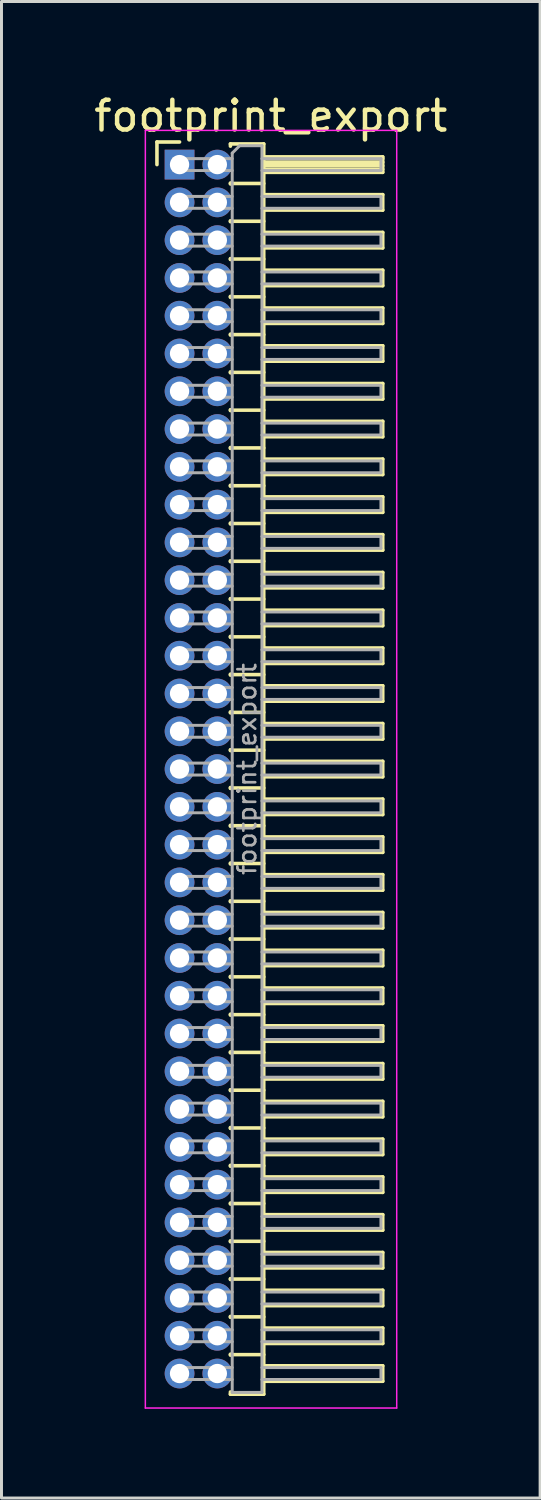
<source format=kicad_pcb>
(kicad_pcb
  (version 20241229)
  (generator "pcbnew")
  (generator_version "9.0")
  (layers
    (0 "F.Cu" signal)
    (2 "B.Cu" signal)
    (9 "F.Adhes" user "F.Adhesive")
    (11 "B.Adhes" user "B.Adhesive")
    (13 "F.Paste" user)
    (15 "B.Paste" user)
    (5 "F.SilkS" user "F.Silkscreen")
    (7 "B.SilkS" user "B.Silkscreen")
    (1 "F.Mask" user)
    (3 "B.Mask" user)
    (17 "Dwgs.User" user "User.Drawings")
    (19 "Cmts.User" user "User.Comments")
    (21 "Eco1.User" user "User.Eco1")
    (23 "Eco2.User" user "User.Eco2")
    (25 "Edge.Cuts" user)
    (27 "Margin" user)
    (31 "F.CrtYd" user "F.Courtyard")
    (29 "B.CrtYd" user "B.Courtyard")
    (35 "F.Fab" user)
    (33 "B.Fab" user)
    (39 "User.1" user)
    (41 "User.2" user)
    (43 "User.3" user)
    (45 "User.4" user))
  (footprint "footprint_export"
    (layer "F.Cu")
    (at 2.986 2.483)
    (property "Reference" "footprint_export" (at 3.067 -1.635 0) (layer "F.SilkS") (effects (font (size 1 1) (thickness 0.15))))
    (attr through_hole)
    (fp_line (start -0.76 -0.76) (end 0 -0.76) (stroke (width 0.12) (type solid)) (layer "F.SilkS"))
    (fp_line (start -0.76 0) (end -0.76 -0.76) (stroke (width 0.12) (type solid)) (layer "F.SilkS"))
    (fp_line (start 1.71 -0.695) (end 2.83 -0.695) (stroke (width 0.12) (type solid)) (layer "F.SilkS"))
    (fp_line (start 1.71 -0.62) (end 1.71 -0.695) (stroke (width 0.12) (type solid)) (layer "F.SilkS"))
    (fp_line (start 1.71 0.62) (end 1.71 0.65) (stroke (width 0.12) (type solid)) (layer "F.SilkS"))
    (fp_line (start 1.71 0.635) (end 2.83 0.635) (stroke (width 0.12) (type solid)) (layer "F.SilkS"))
    (fp_line (start 1.71 1.89) (end 1.71 1.92) (stroke (width 0.12) (type solid)) (layer "F.SilkS"))
    (fp_line (start 1.71 1.905) (end 2.83 1.905) (stroke (width 0.12) (type solid)) (layer "F.SilkS"))
    (fp_line (start 1.71 3.16) (end 1.71 3.19) (stroke (width 0.12) (type solid)) (layer "F.SilkS"))
    (fp_line (start 1.71 3.175) (end 2.83 3.175) (stroke (width 0.12) (type solid)) (layer "F.SilkS"))
    (fp_line (start 1.71 4.43) (end 1.71 4.46) (stroke (width 0.12) (type solid)) (layer "F.SilkS"))
    (fp_line (start 1.71 4.445) (end 2.83 4.445) (stroke (width 0.12) (type solid)) (layer "F.SilkS"))
    (fp_line (start 1.71 5.7) (end 1.71 5.73) (stroke (width 0.12) (type solid)) (layer "F.SilkS"))
    (fp_line (start 1.71 5.715) (end 2.83 5.715) (stroke (width 0.12) (type solid)) (layer "F.SilkS"))
    (fp_line (start 1.71 6.97) (end 1.71 7) (stroke (width 0.12) (type solid)) (layer "F.SilkS"))
    (fp_line (start 1.71 6.985) (end 2.83 6.985) (stroke (width 0.12) (type solid)) (layer "F.SilkS"))
    (fp_line (start 1.71 8.24) (end 1.71 8.27) (stroke (width 0.12) (type solid)) (layer "F.SilkS"))
    (fp_line (start 1.71 8.255) (end 2.83 8.255) (stroke (width 0.12) (type solid)) (layer "F.SilkS"))
    (fp_line (start 1.71 9.51) (end 1.71 9.54) (stroke (width 0.12) (type solid)) (layer "F.SilkS"))
    (fp_line (start 1.71 9.525) (end 2.83 9.525) (stroke (width 0.12) (type solid)) (layer "F.SilkS"))
    (fp_line (start 1.71 10.78) (end 1.71 10.81) (stroke (width 0.12) (type solid)) (layer "F.SilkS"))
    (fp_line (start 1.71 10.795) (end 2.83 10.795) (stroke (width 0.12) (type solid)) (layer "F.SilkS"))
    (fp_line (start 1.71 12.05) (end 1.71 12.08) (stroke (width 0.12) (type solid)) (layer "F.SilkS"))
    (fp_line (start 1.71 12.065) (end 2.83 12.065) (stroke (width 0.12) (type solid)) (layer "F.SilkS"))
    (fp_line (start 1.71 13.32) (end 1.71 13.35) (stroke (width 0.12) (type solid)) (layer "F.SilkS"))
    (fp_line (start 1.71 13.335) (end 2.83 13.335) (stroke (width 0.12) (type solid)) (layer "F.SilkS"))
    (fp_line (start 1.71 14.59) (end 1.71 14.62) (stroke (width 0.12) (type solid)) (layer "F.SilkS"))
    (fp_line (start 1.71 14.605) (end 2.83 14.605) (stroke (width 0.12) (type solid)) (layer "F.SilkS"))
    (fp_line (start 1.71 15.86) (end 1.71 15.89) (stroke (width 0.12) (type solid)) (layer "F.SilkS"))
    (fp_line (start 1.71 15.875) (end 2.83 15.875) (stroke (width 0.12) (type solid)) (layer "F.SilkS"))
    (fp_line (start 1.71 17.13) (end 1.71 17.16) (stroke (width 0.12) (type solid)) (layer "F.SilkS"))
    (fp_line (start 1.71 17.145) (end 2.83 17.145) (stroke (width 0.12) (type solid)) (layer "F.SilkS"))
    (fp_line (start 1.71 18.4) (end 1.71 18.43) (stroke (width 0.12) (type solid)) (layer "F.SilkS"))
    (fp_line (start 1.71 18.415) (end 2.83 18.415) (stroke (width 0.12) (type solid)) (layer "F.SilkS"))
    (fp_line (start 1.71 19.67) (end 1.71 19.7) (stroke (width 0.12) (type solid)) (layer "F.SilkS"))
    (fp_line (start 1.71 19.685) (end 2.83 19.685) (stroke (width 0.12) (type solid)) (layer "F.SilkS"))
    (fp_line (start 1.71 20.94) (end 1.71 20.97) (stroke (width 0.12) (type solid)) (layer "F.SilkS"))
    (fp_line (start 1.71 20.955) (end 2.83 20.955) (stroke (width 0.12) (type solid)) (layer "F.SilkS"))
    (fp_line (start 1.71 22.21) (end 1.71 22.24) (stroke (width 0.12) (type solid)) (layer "F.SilkS"))
    (fp_line (start 1.71 22.225) (end 2.83 22.225) (stroke (width 0.12) (type solid)) (layer "F.SilkS"))
    (fp_line (start 1.71 23.48) (end 1.71 23.51) (stroke (width 0.12) (type solid)) (layer "F.SilkS"))
    (fp_line (start 1.71 23.495) (end 2.83 23.495) (stroke (width 0.12) (type solid)) (layer "F.SilkS"))
    (fp_line (start 1.71 24.75) (end 1.71 24.78) (stroke (width 0.12) (type solid)) (layer "F.SilkS"))
    (fp_line (start 1.71 24.765) (end 2.83 24.765) (stroke (width 0.12) (type solid)) (layer "F.SilkS"))
    (fp_line (start 1.71 26.02) (end 1.71 26.05) (stroke (width 0.12) (type solid)) (layer "F.SilkS"))
    (fp_line (start 1.71 26.035) (end 2.83 26.035) (stroke (width 0.12) (type solid)) (layer "F.SilkS"))
    (fp_line (start 1.71 27.29) (end 1.71 27.32) (stroke (width 0.12) (type solid)) (layer "F.SilkS"))
    (fp_line (start 1.71 27.305) (end 2.83 27.305) (stroke (width 0.12) (type solid)) (layer "F.SilkS"))
    (fp_line (start 1.71 28.56) (end 1.71 28.59) (stroke (width 0.12) (type solid)) (layer "F.SilkS"))
    (fp_line (start 1.71 28.575) (end 2.83 28.575) (stroke (width 0.12) (type solid)) (layer "F.SilkS"))
    (fp_line (start 1.71 29.83) (end 1.71 29.86) (stroke (width 0.12) (type solid)) (layer "F.SilkS"))
    (fp_line (start 1.71 29.845) (end 2.83 29.845) (stroke (width 0.12) (type solid)) (layer "F.SilkS"))
    (fp_line (start 1.71 31.1) (end 1.71 31.13) (stroke (width 0.12) (type solid)) (layer "F.SilkS"))
    (fp_line (start 1.71 31.115) (end 2.83 31.115) (stroke (width 0.12) (type solid)) (layer "F.SilkS"))
    (fp_line (start 1.71 32.37) (end 1.71 32.4) (stroke (width 0.12) (type solid)) (layer "F.SilkS"))
    (fp_line (start 1.71 32.385) (end 2.83 32.385) (stroke (width 0.12) (type solid)) (layer "F.SilkS"))
    (fp_line (start 1.71 33.64) (end 1.71 33.67) (stroke (width 0.12) (type solid)) (layer "F.SilkS"))
    (fp_line (start 1.71 33.655) (end 2.83 33.655) (stroke (width 0.12) (type solid)) (layer "F.SilkS"))
    (fp_line (start 1.71 34.91) (end 1.71 34.94) (stroke (width 0.12) (type solid)) (layer "F.SilkS"))
    (fp_line (start 1.71 34.925) (end 2.83 34.925) (stroke (width 0.12) (type solid)) (layer "F.SilkS"))
    (fp_line (start 1.71 36.18) (end 1.71 36.21) (stroke (width 0.12) (type solid)) (layer "F.SilkS"))
    (fp_line (start 1.71 36.195) (end 2.83 36.195) (stroke (width 0.12) (type solid)) (layer "F.SilkS"))
    (fp_line (start 1.71 37.45) (end 1.71 37.48) (stroke (width 0.12) (type solid)) (layer "F.SilkS"))
    (fp_line (start 1.71 37.465) (end 2.83 37.465) (stroke (width 0.12) (type solid)) (layer "F.SilkS"))
    (fp_line (start 1.71 38.72) (end 1.71 38.75) (stroke (width 0.12) (type solid)) (layer "F.SilkS"))
    (fp_line (start 1.71 38.735) (end 2.83 38.735) (stroke (width 0.12) (type solid)) (layer "F.SilkS"))
    (fp_line (start 1.71 39.99) (end 1.71 40.02) (stroke (width 0.12) (type solid)) (layer "F.SilkS"))
    (fp_line (start 1.71 40.005) (end 2.83 40.005) (stroke (width 0.12) (type solid)) (layer "F.SilkS"))
    (fp_line (start 1.71 41.335) (end 1.71 41.26) (stroke (width 0.12) (type solid)) (layer "F.SilkS"))
    (fp_line (start 2.83 -0.695) (end 2.83 41.335) (stroke (width 0.12) (type solid)) (layer "F.SilkS"))
    (fp_line (start 2.83 -0.26) (end 6.83 -0.26) (stroke (width 0.12) (type solid)) (layer "F.SilkS"))
    (fp_line (start 2.83 -0.2) (end 6.83 -0.2) (stroke (width 0.12) (type solid)) (layer "F.SilkS"))
    (fp_line (start 2.83 -0.08) (end 6.83 -0.08) (stroke (width 0.12) (type solid)) (layer "F.SilkS"))
    (fp_line (start 2.83 0.04) (end 6.83 0.04) (stroke (width 0.12) (type solid)) (layer "F.SilkS"))
    (fp_line (start 2.83 0.16) (end 6.83 0.16) (stroke (width 0.12) (type solid)) (layer "F.SilkS"))
    (fp_line (start 2.83 1.01) (end 6.83 1.01) (stroke (width 0.12) (type solid)) (layer "F.SilkS"))
    (fp_line (start 2.83 2.28) (end 6.83 2.28) (stroke (width 0.12) (type solid)) (layer "F.SilkS"))
    (fp_line (start 2.83 3.55) (end 6.83 3.55) (stroke (width 0.12) (type solid)) (layer "F.SilkS"))
    (fp_line (start 2.83 4.82) (end 6.83 4.82) (stroke (width 0.12) (type solid)) (layer "F.SilkS"))
    (fp_line (start 2.83 6.09) (end 6.83 6.09) (stroke (width 0.12) (type solid)) (layer "F.SilkS"))
    (fp_line (start 2.83 7.36) (end 6.83 7.36) (stroke (width 0.12) (type solid)) (layer "F.SilkS"))
    (fp_line (start 2.83 8.63) (end 6.83 8.63) (stroke (width 0.12) (type solid)) (layer "F.SilkS"))
    (fp_line (start 2.83 9.9) (end 6.83 9.9) (stroke (width 0.12) (type solid)) (layer "F.SilkS"))
    (fp_line (start 2.83 11.17) (end 6.83 11.17) (stroke (width 0.12) (type solid)) (layer "F.SilkS"))
    (fp_line (start 2.83 12.44) (end 6.83 12.44) (stroke (width 0.12) (type solid)) (layer "F.SilkS"))
    (fp_line (start 2.83 13.71) (end 6.83 13.71) (stroke (width 0.12) (type solid)) (layer "F.SilkS"))
    (fp_line (start 2.83 14.98) (end 6.83 14.98) (stroke (width 0.12) (type solid)) (layer "F.SilkS"))
    (fp_line (start 2.83 16.25) (end 6.83 16.25) (stroke (width 0.12) (type solid)) (layer "F.SilkS"))
    (fp_line (start 2.83 17.52) (end 6.83 17.52) (stroke (width 0.12) (type solid)) (layer "F.SilkS"))
    (fp_line (start 2.83 18.79) (end 6.83 18.79) (stroke (width 0.12) (type solid)) (layer "F.SilkS"))
    (fp_line (start 2.83 20.06) (end 6.83 20.06) (stroke (width 0.12) (type solid)) (layer "F.SilkS"))
    (fp_line (start 2.83 21.33) (end 6.83 21.33) (stroke (width 0.12) (type solid)) (layer "F.SilkS"))
    (fp_line (start 2.83 22.6) (end 6.83 22.6) (stroke (width 0.12) (type solid)) (layer "F.SilkS"))
    (fp_line (start 2.83 23.87) (end 6.83 23.87) (stroke (width 0.12) (type solid)) (layer "F.SilkS"))
    (fp_line (start 2.83 25.14) (end 6.83 25.14) (stroke (width 0.12) (type solid)) (layer "F.SilkS"))
    (fp_line (start 2.83 26.41) (end 6.83 26.41) (stroke (width 0.12) (type solid)) (layer "F.SilkS"))
    (fp_line (start 2.83 27.68) (end 6.83 27.68) (stroke (width 0.12) (type solid)) (layer "F.SilkS"))
    (fp_line (start 2.83 28.95) (end 6.83 28.95) (stroke (width 0.12) (type solid)) (layer "F.SilkS"))
    (fp_line (start 2.83 30.22) (end 6.83 30.22) (stroke (width 0.12) (type solid)) (layer "F.SilkS"))
    (fp_line (start 2.83 31.49) (end 6.83 31.49) (stroke (width 0.12) (type solid)) (layer "F.SilkS"))
    (fp_line (start 2.83 32.76) (end 6.83 32.76) (stroke (width 0.12) (type solid)) (layer "F.SilkS"))
    (fp_line (start 2.83 34.03) (end 6.83 34.03) (stroke (width 0.12) (type solid)) (layer "F.SilkS"))
    (fp_line (start 2.83 35.3) (end 6.83 35.3) (stroke (width 0.12) (type solid)) (layer "F.SilkS"))
    (fp_line (start 2.83 36.57) (end 6.83 36.57) (stroke (width 0.12) (type solid)) (layer "F.SilkS"))
    (fp_line (start 2.83 37.84) (end 6.83 37.84) (stroke (width 0.12) (type solid)) (layer "F.SilkS"))
    (fp_line (start 2.83 39.11) (end 6.83 39.11) (stroke (width 0.12) (type solid)) (layer "F.SilkS"))
    (fp_line (start 2.83 40.38) (end 6.83 40.38) (stroke (width 0.12) (type solid)) (layer "F.SilkS"))
    (fp_line (start 2.83 41.335) (end 1.71 41.335) (stroke (width 0.12) (type solid)) (layer "F.SilkS"))
    (fp_line (start 6.83 -0.26) (end 6.83 0.26) (stroke (width 0.12) (type solid)) (layer "F.SilkS"))
    (fp_line (start 6.83 0.26) (end 2.83 0.26) (stroke (width 0.12) (type solid)) (layer "F.SilkS"))
    (fp_line (start 6.83 1.01) (end 6.83 1.53) (stroke (width 0.12) (type solid)) (layer "F.SilkS"))
    (fp_line (start 6.83 1.53) (end 2.83 1.53) (stroke (width 0.12) (type solid)) (layer "F.SilkS"))
    (fp_line (start 6.83 2.28) (end 6.83 2.8) (stroke (width 0.12) (type solid)) (layer "F.SilkS"))
    (fp_line (start 6.83 2.8) (end 2.83 2.8) (stroke (width 0.12) (type solid)) (layer "F.SilkS"))
    (fp_line (start 6.83 3.55) (end 6.83 4.07) (stroke (width 0.12) (type solid)) (layer "F.SilkS"))
    (fp_line (start 6.83 4.07) (end 2.83 4.07) (stroke (width 0.12) (type solid)) (layer "F.SilkS"))
    (fp_line (start 6.83 4.82) (end 6.83 5.34) (stroke (width 0.12) (type solid)) (layer "F.SilkS"))
    (fp_line (start 6.83 5.34) (end 2.83 5.34) (stroke (width 0.12) (type solid)) (layer "F.SilkS"))
    (fp_line (start 6.83 6.09) (end 6.83 6.61) (stroke (width 0.12) (type solid)) (layer "F.SilkS"))
    (fp_line (start 6.83 6.61) (end 2.83 6.61) (stroke (width 0.12) (type solid)) (layer "F.SilkS"))
    (fp_line (start 6.83 7.36) (end 6.83 7.88) (stroke (width 0.12) (type solid)) (layer "F.SilkS"))
    (fp_line (start 6.83 7.88) (end 2.83 7.88) (stroke (width 0.12) (type solid)) (layer "F.SilkS"))
    (fp_line (start 6.83 8.63) (end 6.83 9.15) (stroke (width 0.12) (type solid)) (layer "F.SilkS"))
    (fp_line (start 6.83 9.15) (end 2.83 9.15) (stroke (width 0.12) (type solid)) (layer "F.SilkS"))
    (fp_line (start 6.83 9.9) (end 6.83 10.42) (stroke (width 0.12) (type solid)) (layer "F.SilkS"))
    (fp_line (start 6.83 10.42) (end 2.83 10.42) (stroke (width 0.12) (type solid)) (layer "F.SilkS"))
    (fp_line (start 6.83 11.17) (end 6.83 11.69) (stroke (width 0.12) (type solid)) (layer "F.SilkS"))
    (fp_line (start 6.83 11.69) (end 2.83 11.69) (stroke (width 0.12) (type solid)) (layer "F.SilkS"))
    (fp_line (start 6.83 12.44) (end 6.83 12.96) (stroke (width 0.12) (type solid)) (layer "F.SilkS"))
    (fp_line (start 6.83 12.96) (end 2.83 12.96) (stroke (width 0.12) (type solid)) (layer "F.SilkS"))
    (fp_line (start 6.83 13.71) (end 6.83 14.23) (stroke (width 0.12) (type solid)) (layer "F.SilkS"))
    (fp_line (start 6.83 14.23) (end 2.83 14.23) (stroke (width 0.12) (type solid)) (layer "F.SilkS"))
    (fp_line (start 6.83 14.98) (end 6.83 15.5) (stroke (width 0.12) (type solid)) (layer "F.SilkS"))
    (fp_line (start 6.83 15.5) (end 2.83 15.5) (stroke (width 0.12) (type solid)) (layer "F.SilkS"))
    (fp_line (start 6.83 16.25) (end 6.83 16.77) (stroke (width 0.12) (type solid)) (layer "F.SilkS"))
    (fp_line (start 6.83 16.77) (end 2.83 16.77) (stroke (width 0.12) (type solid)) (layer "F.SilkS"))
    (fp_line (start 6.83 17.52) (end 6.83 18.04) (stroke (width 0.12) (type solid)) (layer "F.SilkS"))
    (fp_line (start 6.83 18.04) (end 2.83 18.04) (stroke (width 0.12) (type solid)) (layer "F.SilkS"))
    (fp_line (start 6.83 18.79) (end 6.83 19.31) (stroke (width 0.12) (type solid)) (layer "F.SilkS"))
    (fp_line (start 6.83 19.31) (end 2.83 19.31) (stroke (width 0.12) (type solid)) (layer "F.SilkS"))
    (fp_line (start 6.83 20.06) (end 6.83 20.58) (stroke (width 0.12) (type solid)) (layer "F.SilkS"))
    (fp_line (start 6.83 20.58) (end 2.83 20.58) (stroke (width 0.12) (type solid)) (layer "F.SilkS"))
    (fp_line (start 6.83 21.33) (end 6.83 21.85) (stroke (width 0.12) (type solid)) (layer "F.SilkS"))
    (fp_line (start 6.83 21.85) (end 2.83 21.85) (stroke (width 0.12) (type solid)) (layer "F.SilkS"))
    (fp_line (start 6.83 22.6) (end 6.83 23.12) (stroke (width 0.12) (type solid)) (layer "F.SilkS"))
    (fp_line (start 6.83 23.12) (end 2.83 23.12) (stroke (width 0.12) (type solid)) (layer "F.SilkS"))
    (fp_line (start 6.83 23.87) (end 6.83 24.39) (stroke (width 0.12) (type solid)) (layer "F.SilkS"))
    (fp_line (start 6.83 24.39) (end 2.83 24.39) (stroke (width 0.12) (type solid)) (layer "F.SilkS"))
    (fp_line (start 6.83 25.14) (end 6.83 25.66) (stroke (width 0.12) (type solid)) (layer "F.SilkS"))
    (fp_line (start 6.83 25.66) (end 2.83 25.66) (stroke (width 0.12) (type solid)) (layer "F.SilkS"))
    (fp_line (start 6.83 26.41) (end 6.83 26.93) (stroke (width 0.12) (type solid)) (layer "F.SilkS"))
    (fp_line (start 6.83 26.93) (end 2.83 26.93) (stroke (width 0.12) (type solid)) (layer "F.SilkS"))
    (fp_line (start 6.83 27.68) (end 6.83 28.2) (stroke (width 0.12) (type solid)) (layer "F.SilkS"))
    (fp_line (start 6.83 28.2) (end 2.83 28.2) (stroke (width 0.12) (type solid)) (layer "F.SilkS"))
    (fp_line (start 6.83 28.95) (end 6.83 29.47) (stroke (width 0.12) (type solid)) (layer "F.SilkS"))
    (fp_line (start 6.83 29.47) (end 2.83 29.47) (stroke (width 0.12) (type solid)) (layer "F.SilkS"))
    (fp_line (start 6.83 30.22) (end 6.83 30.74) (stroke (width 0.12) (type solid)) (layer "F.SilkS"))
    (fp_line (start 6.83 30.74) (end 2.83 30.74) (stroke (width 0.12) (type solid)) (layer "F.SilkS"))
    (fp_line (start 6.83 31.49) (end 6.83 32.01) (stroke (width 0.12) (type solid)) (layer "F.SilkS"))
    (fp_line (start 6.83 32.01) (end 2.83 32.01) (stroke (width 0.12) (type solid)) (layer "F.SilkS"))
    (fp_line (start 6.83 32.76) (end 6.83 33.28) (stroke (width 0.12) (type solid)) (layer "F.SilkS"))
    (fp_line (start 6.83 33.28) (end 2.83 33.28) (stroke (width 0.12) (type solid)) (layer "F.SilkS"))
    (fp_line (start 6.83 34.03) (end 6.83 34.55) (stroke (width 0.12) (type solid)) (layer "F.SilkS"))
    (fp_line (start 6.83 34.55) (end 2.83 34.55) (stroke (width 0.12) (type solid)) (layer "F.SilkS"))
    (fp_line (start 6.83 35.3) (end 6.83 35.82) (stroke (width 0.12) (type solid)) (layer "F.SilkS"))
    (fp_line (start 6.83 35.82) (end 2.83 35.82) (stroke (width 0.12) (type solid)) (layer "F.SilkS"))
    (fp_line (start 6.83 36.57) (end 6.83 37.09) (stroke (width 0.12) (type solid)) (layer "F.SilkS"))
    (fp_line (start 6.83 37.09) (end 2.83 37.09) (stroke (width 0.12) (type solid)) (layer "F.SilkS"))
    (fp_line (start 6.83 37.84) (end 6.83 38.36) (stroke (width 0.12) (type solid)) (layer "F.SilkS"))
    (fp_line (start 6.83 38.36) (end 2.83 38.36) (stroke (width 0.12) (type solid)) (layer "F.SilkS"))
    (fp_line (start 6.83 39.11) (end 6.83 39.63) (stroke (width 0.12) (type solid)) (layer "F.SilkS"))
    (fp_line (start 6.83 39.63) (end 2.83 39.63) (stroke (width 0.12) (type solid)) (layer "F.SilkS"))
    (fp_line (start 6.83 40.38) (end 6.83 40.9) (stroke (width 0.12) (type solid)) (layer "F.SilkS"))
    (fp_line (start 6.83 40.9) (end 2.83 40.9) (stroke (width 0.12) (type solid)) (layer "F.SilkS"))
    (fp_line (start -1.15 -1.15) (end -1.15 41.8) (stroke (width 0.05) (type solid)) (layer "F.CrtYd"))
    (fp_line (start -1.15 41.8) (end 7.3 41.8) (stroke (width 0.05) (type solid)) (layer "F.CrtYd"))
    (fp_line (start 7.3 -1.15) (end -1.15 -1.15) (stroke (width 0.05) (type solid)) (layer "F.CrtYd"))
    (fp_line (start 7.3 41.8) (end 7.3 -1.15) (stroke (width 0.05) (type solid)) (layer "F.CrtYd"))
    (fp_line (start -0.2 -0.2) (end -0.2 0.2) (stroke (width 0.1) (type solid)) (layer "F.Fab"))
    (fp_line (start -0.2 -0.2) (end 1.77 -0.2) (stroke (width 0.1) (type solid)) (layer "F.Fab"))
    (fp_line (start -0.2 0.2) (end 1.77 0.2) (stroke (width 0.1) (type solid)) (layer "F.Fab"))
    (fp_line (start -0.2 1.07) (end -0.2 1.47) (stroke (width 0.1) (type solid)) (layer "F.Fab"))
    (fp_line (start -0.2 1.07) (end 1.77 1.07) (stroke (width 0.1) (type solid)) (layer "F.Fab"))
    (fp_line (start -0.2 1.47) (end 1.77 1.47) (stroke (width 0.1) (type solid)) (layer "F.Fab"))
    (fp_line (start -0.2 2.34) (end -0.2 2.74) (stroke (width 0.1) (type solid)) (layer "F.Fab"))
    (fp_line (start -0.2 2.34) (end 1.77 2.34) (stroke (width 0.1) (type solid)) (layer "F.Fab"))
    (fp_line (start -0.2 2.74) (end 1.77 2.74) (stroke (width 0.1) (type solid)) (layer "F.Fab"))
    (fp_line (start -0.2 3.61) (end -0.2 4.01) (stroke (width 0.1) (type solid)) (layer "F.Fab"))
    (fp_line (start -0.2 3.61) (end 1.77 3.61) (stroke (width 0.1) (type solid)) (layer "F.Fab"))
    (fp_line (start -0.2 4.01) (end 1.77 4.01) (stroke (width 0.1) (type solid)) (layer "F.Fab"))
    (fp_line (start -0.2 4.88) (end -0.2 5.28) (stroke (width 0.1) (type solid)) (layer "F.Fab"))
    (fp_line (start -0.2 4.88) (end 1.77 4.88) (stroke (width 0.1) (type solid)) (layer "F.Fab"))
    (fp_line (start -0.2 5.28) (end 1.77 5.28) (stroke (width 0.1) (type solid)) (layer "F.Fab"))
    (fp_line (start -0.2 6.15) (end -0.2 6.55) (stroke (width 0.1) (type solid)) (layer "F.Fab"))
    (fp_line (start -0.2 6.15) (end 1.77 6.15) (stroke (width 0.1) (type solid)) (layer "F.Fab"))
    (fp_line (start -0.2 6.55) (end 1.77 6.55) (stroke (width 0.1) (type solid)) (layer "F.Fab"))
    (fp_line (start -0.2 7.42) (end -0.2 7.82) (stroke (width 0.1) (type solid)) (layer "F.Fab"))
    (fp_line (start -0.2 7.42) (end 1.77 7.42) (stroke (width 0.1) (type solid)) (layer "F.Fab"))
    (fp_line (start -0.2 7.82) (end 1.77 7.82) (stroke (width 0.1) (type solid)) (layer "F.Fab"))
    (fp_line (start -0.2 8.69) (end -0.2 9.09) (stroke (width 0.1) (type solid)) (layer "F.Fab"))
    (fp_line (start -0.2 8.69) (end 1.77 8.69) (stroke (width 0.1) (type solid)) (layer "F.Fab"))
    (fp_line (start -0.2 9.09) (end 1.77 9.09) (stroke (width 0.1) (type solid)) (layer "F.Fab"))
    (fp_line (start -0.2 9.96) (end -0.2 10.36) (stroke (width 0.1) (type solid)) (layer "F.Fab"))
    (fp_line (start -0.2 9.96) (end 1.77 9.96) (stroke (width 0.1) (type solid)) (layer "F.Fab"))
    (fp_line (start -0.2 10.36) (end 1.77 10.36) (stroke (width 0.1) (type solid)) (layer "F.Fab"))
    (fp_line (start -0.2 11.23) (end -0.2 11.63) (stroke (width 0.1) (type solid)) (layer "F.Fab"))
    (fp_line (start -0.2 11.23) (end 1.77 11.23) (stroke (width 0.1) (type solid)) (layer "F.Fab"))
    (fp_line (start -0.2 11.63) (end 1.77 11.63) (stroke (width 0.1) (type solid)) (layer "F.Fab"))
    (fp_line (start -0.2 12.5) (end -0.2 12.9) (stroke (width 0.1) (type solid)) (layer "F.Fab"))
    (fp_line (start -0.2 12.5) (end 1.77 12.5) (stroke (width 0.1) (type solid)) (layer "F.Fab"))
    (fp_line (start -0.2 12.9) (end 1.77 12.9) (stroke (width 0.1) (type solid)) (layer "F.Fab"))
    (fp_line (start -0.2 13.77) (end -0.2 14.17) (stroke (width 0.1) (type solid)) (layer "F.Fab"))
    (fp_line (start -0.2 13.77) (end 1.77 13.77) (stroke (width 0.1) (type solid)) (layer "F.Fab"))
    (fp_line (start -0.2 14.17) (end 1.77 14.17) (stroke (width 0.1) (type solid)) (layer "F.Fab"))
    (fp_line (start -0.2 15.04) (end -0.2 15.44) (stroke (width 0.1) (type solid)) (layer "F.Fab"))
    (fp_line (start -0.2 15.04) (end 1.77 15.04) (stroke (width 0.1) (type solid)) (layer "F.Fab"))
    (fp_line (start -0.2 15.44) (end 1.77 15.44) (stroke (width 0.1) (type solid)) (layer "F.Fab"))
    (fp_line (start -0.2 16.31) (end -0.2 16.71) (stroke (width 0.1) (type solid)) (layer "F.Fab"))
    (fp_line (start -0.2 16.31) (end 1.77 16.31) (stroke (width 0.1) (type solid)) (layer "F.Fab"))
    (fp_line (start -0.2 16.71) (end 1.77 16.71) (stroke (width 0.1) (type solid)) (layer "F.Fab"))
    (fp_line (start -0.2 17.58) (end -0.2 17.98) (stroke (width 0.1) (type solid)) (layer "F.Fab"))
    (fp_line (start -0.2 17.58) (end 1.77 17.58) (stroke (width 0.1) (type solid)) (layer "F.Fab"))
    (fp_line (start -0.2 17.98) (end 1.77 17.98) (stroke (width 0.1) (type solid)) (layer "F.Fab"))
    (fp_line (start -0.2 18.85) (end -0.2 19.25) (stroke (width 0.1) (type solid)) (layer "F.Fab"))
    (fp_line (start -0.2 18.85) (end 1.77 18.85) (stroke (width 0.1) (type solid)) (layer "F.Fab"))
    (fp_line (start -0.2 19.25) (end 1.77 19.25) (stroke (width 0.1) (type solid)) (layer "F.Fab"))
    (fp_line (start -0.2 20.12) (end -0.2 20.52) (stroke (width 0.1) (type solid)) (layer "F.Fab"))
    (fp_line (start -0.2 20.12) (end 1.77 20.12) (stroke (width 0.1) (type solid)) (layer "F.Fab"))
    (fp_line (start -0.2 20.52) (end 1.77 20.52) (stroke (width 0.1) (type solid)) (layer "F.Fab"))
    (fp_line (start -0.2 21.39) (end -0.2 21.79) (stroke (width 0.1) (type solid)) (layer "F.Fab"))
    (fp_line (start -0.2 21.39) (end 1.77 21.39) (stroke (width 0.1) (type solid)) (layer "F.Fab"))
    (fp_line (start -0.2 21.79) (end 1.77 21.79) (stroke (width 0.1) (type solid)) (layer "F.Fab"))
    (fp_line (start -0.2 22.66) (end -0.2 23.06) (stroke (width 0.1) (type solid)) (layer "F.Fab"))
    (fp_line (start -0.2 22.66) (end 1.77 22.66) (stroke (width 0.1) (type solid)) (layer "F.Fab"))
    (fp_line (start -0.2 23.06) (end 1.77 23.06) (stroke (width 0.1) (type solid)) (layer "F.Fab"))
    (fp_line (start -0.2 23.93) (end -0.2 24.33) (stroke (width 0.1) (type solid)) (layer "F.Fab"))
    (fp_line (start -0.2 23.93) (end 1.77 23.93) (stroke (width 0.1) (type solid)) (layer "F.Fab"))
    (fp_line (start -0.2 24.33) (end 1.77 24.33) (stroke (width 0.1) (type solid)) (layer "F.Fab"))
    (fp_line (start -0.2 25.2) (end -0.2 25.6) (stroke (width 0.1) (type solid)) (layer "F.Fab"))
    (fp_line (start -0.2 25.2) (end 1.77 25.2) (stroke (width 0.1) (type solid)) (layer "F.Fab"))
    (fp_line (start -0.2 25.6) (end 1.77 25.6) (stroke (width 0.1) (type solid)) (layer "F.Fab"))
    (fp_line (start -0.2 26.47) (end -0.2 26.87) (stroke (width 0.1) (type solid)) (layer "F.Fab"))
    (fp_line (start -0.2 26.47) (end 1.77 26.47) (stroke (width 0.1) (type solid)) (layer "F.Fab"))
    (fp_line (start -0.2 26.87) (end 1.77 26.87) (stroke (width 0.1) (type solid)) (layer "F.Fab"))
    (fp_line (start -0.2 27.74) (end -0.2 28.14) (stroke (width 0.1) (type solid)) (layer "F.Fab"))
    (fp_line (start -0.2 27.74) (end 1.77 27.74) (stroke (width 0.1) (type solid)) (layer "F.Fab"))
    (fp_line (start -0.2 28.14) (end 1.77 28.14) (stroke (width 0.1) (type solid)) (layer "F.Fab"))
    (fp_line (start -0.2 29.01) (end -0.2 29.41) (stroke (width 0.1) (type solid)) (layer "F.Fab"))
    (fp_line (start -0.2 29.01) (end 1.77 29.01) (stroke (width 0.1) (type solid)) (layer "F.Fab"))
    (fp_line (start -0.2 29.41) (end 1.77 29.41) (stroke (width 0.1) (type solid)) (layer "F.Fab"))
    (fp_line (start -0.2 30.28) (end -0.2 30.68) (stroke (width 0.1) (type solid)) (layer "F.Fab"))
    (fp_line (start -0.2 30.28) (end 1.77 30.28) (stroke (width 0.1) (type solid)) (layer "F.Fab"))
    (fp_line (start -0.2 30.68) (end 1.77 30.68) (stroke (width 0.1) (type solid)) (layer "F.Fab"))
    (fp_line (start -0.2 31.55) (end -0.2 31.95) (stroke (width 0.1) (type solid)) (layer "F.Fab"))
    (fp_line (start -0.2 31.55) (end 1.77 31.55) (stroke (width 0.1) (type solid)) (layer "F.Fab"))
    (fp_line (start -0.2 31.95) (end 1.77 31.95) (stroke (width 0.1) (type solid)) (layer "F.Fab"))
    (fp_line (start -0.2 32.82) (end -0.2 33.22) (stroke (width 0.1) (type solid)) (layer "F.Fab"))
    (fp_line (start -0.2 32.82) (end 1.77 32.82) (stroke (width 0.1) (type solid)) (layer "F.Fab"))
    (fp_line (start -0.2 33.22) (end 1.77 33.22) (stroke (width 0.1) (type solid)) (layer "F.Fab"))
    (fp_line (start -0.2 34.09) (end -0.2 34.49) (stroke (width 0.1) (type solid)) (layer "F.Fab"))
    (fp_line (start -0.2 34.09) (end 1.77 34.09) (stroke (width 0.1) (type solid)) (layer "F.Fab"))
    (fp_line (start -0.2 34.49) (end 1.77 34.49) (stroke (width 0.1) (type solid)) (layer "F.Fab"))
    (fp_line (start -0.2 35.36) (end -0.2 35.76) (stroke (width 0.1) (type solid)) (layer "F.Fab"))
    (fp_line (start -0.2 35.36) (end 1.77 35.36) (stroke (width 0.1) (type solid)) (layer "F.Fab"))
    (fp_line (start -0.2 35.76) (end 1.77 35.76) (stroke (width 0.1) (type solid)) (layer "F.Fab"))
    (fp_line (start -0.2 36.63) (end -0.2 37.03) (stroke (width 0.1) (type solid)) (layer "F.Fab"))
    (fp_line (start -0.2 36.63) (end 1.77 36.63) (stroke (width 0.1) (type solid)) (layer "F.Fab"))
    (fp_line (start -0.2 37.03) (end 1.77 37.03) (stroke (width 0.1) (type solid)) (layer "F.Fab"))
    (fp_line (start -0.2 37.9) (end -0.2 38.3) (stroke (width 0.1) (type solid)) (layer "F.Fab"))
    (fp_line (start -0.2 37.9) (end 1.77 37.9) (stroke (width 0.1) (type solid)) (layer "F.Fab"))
    (fp_line (start -0.2 38.3) (end 1.77 38.3) (stroke (width 0.1) (type solid)) (layer "F.Fab"))
    (fp_line (start -0.2 39.17) (end -0.2 39.57) (stroke (width 0.1) (type solid)) (layer "F.Fab"))
    (fp_line (start -0.2 39.17) (end 1.77 39.17) (stroke (width 0.1) (type solid)) (layer "F.Fab"))
    (fp_line (start -0.2 39.57) (end 1.77 39.57) (stroke (width 0.1) (type solid)) (layer "F.Fab"))
    (fp_line (start -0.2 40.44) (end -0.2 40.84) (stroke (width 0.1) (type solid)) (layer "F.Fab"))
    (fp_line (start -0.2 40.44) (end 1.77 40.44) (stroke (width 0.1) (type solid)) (layer "F.Fab"))
    (fp_line (start -0.2 40.84) (end 1.77 40.84) (stroke (width 0.1) (type solid)) (layer "F.Fab"))
    (fp_line (start 1.77 -0.385) (end 2.02 -0.635) (stroke (width 0.1) (type solid)) (layer "F.Fab"))
    (fp_line (start 1.77 41.275) (end 1.77 -0.385) (stroke (width 0.1) (type solid)) (layer "F.Fab"))
    (fp_line (start 2.02 -0.635) (end 2.77 -0.635) (stroke (width 0.1) (type solid)) (layer "F.Fab"))
    (fp_line (start 2.77 -0.635) (end 2.77 41.275) (stroke (width 0.1) (type solid)) (layer "F.Fab"))
    (fp_line (start 2.77 -0.2) (end 6.77 -0.2) (stroke (width 0.1) (type solid)) (layer "F.Fab"))
    (fp_line (start 2.77 0.2) (end 6.77 0.2) (stroke (width 0.1) (type solid)) (layer "F.Fab"))
    (fp_line (start 2.77 1.07) (end 6.77 1.07) (stroke (width 0.1) (type solid)) (layer "F.Fab"))
    (fp_line (start 2.77 1.47) (end 6.77 1.47) (stroke (width 0.1) (type solid)) (layer "F.Fab"))
    (fp_line (start 2.77 2.34) (end 6.77 2.34) (stroke (width 0.1) (type solid)) (layer "F.Fab"))
    (fp_line (start 2.77 2.74) (end 6.77 2.74) (stroke (width 0.1) (type solid)) (layer "F.Fab"))
    (fp_line (start 2.77 3.61) (end 6.77 3.61) (stroke (width 0.1) (type solid)) (layer "F.Fab"))
    (fp_line (start 2.77 4.01) (end 6.77 4.01) (stroke (width 0.1) (type solid)) (layer "F.Fab"))
    (fp_line (start 2.77 4.88) (end 6.77 4.88) (stroke (width 0.1) (type solid)) (layer "F.Fab"))
    (fp_line (start 2.77 5.28) (end 6.77 5.28) (stroke (width 0.1) (type solid)) (layer "F.Fab"))
    (fp_line (start 2.77 6.15) (end 6.77 6.15) (stroke (width 0.1) (type solid)) (layer "F.Fab"))
    (fp_line (start 2.77 6.55) (end 6.77 6.55) (stroke (width 0.1) (type solid)) (layer "F.Fab"))
    (fp_line (start 2.77 7.42) (end 6.77 7.42) (stroke (width 0.1) (type solid)) (layer "F.Fab"))
    (fp_line (start 2.77 7.82) (end 6.77 7.82) (stroke (width 0.1) (type solid)) (layer "F.Fab"))
    (fp_line (start 2.77 8.69) (end 6.77 8.69) (stroke (width 0.1) (type solid)) (layer "F.Fab"))
    (fp_line (start 2.77 9.09) (end 6.77 9.09) (stroke (width 0.1) (type solid)) (layer "F.Fab"))
    (fp_line (start 2.77 9.96) (end 6.77 9.96) (stroke (width 0.1) (type solid)) (layer "F.Fab"))
    (fp_line (start 2.77 10.36) (end 6.77 10.36) (stroke (width 0.1) (type solid)) (layer "F.Fab"))
    (fp_line (start 2.77 11.23) (end 6.77 11.23) (stroke (width 0.1) (type solid)) (layer "F.Fab"))
    (fp_line (start 2.77 11.63) (end 6.77 11.63) (stroke (width 0.1) (type solid)) (layer "F.Fab"))
    (fp_line (start 2.77 12.5) (end 6.77 12.5) (stroke (width 0.1) (type solid)) (layer "F.Fab"))
    (fp_line (start 2.77 12.9) (end 6.77 12.9) (stroke (width 0.1) (type solid)) (layer "F.Fab"))
    (fp_line (start 2.77 13.77) (end 6.77 13.77) (stroke (width 0.1) (type solid)) (layer "F.Fab"))
    (fp_line (start 2.77 14.17) (end 6.77 14.17) (stroke (width 0.1) (type solid)) (layer "F.Fab"))
    (fp_line (start 2.77 15.04) (end 6.77 15.04) (stroke (width 0.1) (type solid)) (layer "F.Fab"))
    (fp_line (start 2.77 15.44) (end 6.77 15.44) (stroke (width 0.1) (type solid)) (layer "F.Fab"))
    (fp_line (start 2.77 16.31) (end 6.77 16.31) (stroke (width 0.1) (type solid)) (layer "F.Fab"))
    (fp_line (start 2.77 16.71) (end 6.77 16.71) (stroke (width 0.1) (type solid)) (layer "F.Fab"))
    (fp_line (start 2.77 17.58) (end 6.77 17.58) (stroke (width 0.1) (type solid)) (layer "F.Fab"))
    (fp_line (start 2.77 17.98) (end 6.77 17.98) (stroke (width 0.1) (type solid)) (layer "F.Fab"))
    (fp_line (start 2.77 18.85) (end 6.77 18.85) (stroke (width 0.1) (type solid)) (layer "F.Fab"))
    (fp_line (start 2.77 19.25) (end 6.77 19.25) (stroke (width 0.1) (type solid)) (layer "F.Fab"))
    (fp_line (start 2.77 20.12) (end 6.77 20.12) (stroke (width 0.1) (type solid)) (layer "F.Fab"))
    (fp_line (start 2.77 20.52) (end 6.77 20.52) (stroke (width 0.1) (type solid)) (layer "F.Fab"))
    (fp_line (start 2.77 21.39) (end 6.77 21.39) (stroke (width 0.1) (type solid)) (layer "F.Fab"))
    (fp_line (start 2.77 21.79) (end 6.77 21.79) (stroke (width 0.1) (type solid)) (layer "F.Fab"))
    (fp_line (start 2.77 22.66) (end 6.77 22.66) (stroke (width 0.1) (type solid)) (layer "F.Fab"))
    (fp_line (start 2.77 23.06) (end 6.77 23.06) (stroke (width 0.1) (type solid)) (layer "F.Fab"))
    (fp_line (start 2.77 23.93) (end 6.77 23.93) (stroke (width 0.1) (type solid)) (layer "F.Fab"))
    (fp_line (start 2.77 24.33) (end 6.77 24.33) (stroke (width 0.1) (type solid)) (layer "F.Fab"))
    (fp_line (start 2.77 25.2) (end 6.77 25.2) (stroke (width 0.1) (type solid)) (layer "F.Fab"))
    (fp_line (start 2.77 25.6) (end 6.77 25.6) (stroke (width 0.1) (type solid)) (layer "F.Fab"))
    (fp_line (start 2.77 26.47) (end 6.77 26.47) (stroke (width 0.1) (type solid)) (layer "F.Fab"))
    (fp_line (start 2.77 26.87) (end 6.77 26.87) (stroke (width 0.1) (type solid)) (layer "F.Fab"))
    (fp_line (start 2.77 27.74) (end 6.77 27.74) (stroke (width 0.1) (type solid)) (layer "F.Fab"))
    (fp_line (start 2.77 28.14) (end 6.77 28.14) (stroke (width 0.1) (type solid)) (layer "F.Fab"))
    (fp_line (start 2.77 29.01) (end 6.77 29.01) (stroke (width 0.1) (type solid)) (layer "F.Fab"))
    (fp_line (start 2.77 29.41) (end 6.77 29.41) (stroke (width 0.1) (type solid)) (layer "F.Fab"))
    (fp_line (start 2.77 30.28) (end 6.77 30.28) (stroke (width 0.1) (type solid)) (layer "F.Fab"))
    (fp_line (start 2.77 30.68) (end 6.77 30.68) (stroke (width 0.1) (type solid)) (layer "F.Fab"))
    (fp_line (start 2.77 31.55) (end 6.77 31.55) (stroke (width 0.1) (type solid)) (layer "F.Fab"))
    (fp_line (start 2.77 31.95) (end 6.77 31.95) (stroke (width 0.1) (type solid)) (layer "F.Fab"))
    (fp_line (start 2.77 32.82) (end 6.77 32.82) (stroke (width 0.1) (type solid)) (layer "F.Fab"))
    (fp_line (start 2.77 33.22) (end 6.77 33.22) (stroke (width 0.1) (type solid)) (layer "F.Fab"))
    (fp_line (start 2.77 34.09) (end 6.77 34.09) (stroke (width 0.1) (type solid)) (layer "F.Fab"))
    (fp_line (start 2.77 34.49) (end 6.77 34.49) (stroke (width 0.1) (type solid)) (layer "F.Fab"))
    (fp_line (start 2.77 35.36) (end 6.77 35.36) (stroke (width 0.1) (type solid)) (layer "F.Fab"))
    (fp_line (start 2.77 35.76) (end 6.77 35.76) (stroke (width 0.1) (type solid)) (layer "F.Fab"))
    (fp_line (start 2.77 36.63) (end 6.77 36.63) (stroke (width 0.1) (type solid)) (layer "F.Fab"))
    (fp_line (start 2.77 37.03) (end 6.77 37.03) (stroke (width 0.1) (type solid)) (layer "F.Fab"))
    (fp_line (start 2.77 37.9) (end 6.77 37.9) (stroke (width 0.1) (type solid)) (layer "F.Fab"))
    (fp_line (start 2.77 38.3) (end 6.77 38.3) (stroke (width 0.1) (type solid)) (layer "F.Fab"))
    (fp_line (start 2.77 39.17) (end 6.77 39.17) (stroke (width 0.1) (type solid)) (layer "F.Fab"))
    (fp_line (start 2.77 39.57) (end 6.77 39.57) (stroke (width 0.1) (type solid)) (layer "F.Fab"))
    (fp_line (start 2.77 40.44) (end 6.77 40.44) (stroke (width 0.1) (type solid)) (layer "F.Fab"))
    (fp_line (start 2.77 40.84) (end 6.77 40.84) (stroke (width 0.1) (type solid)) (layer "F.Fab"))
    (fp_line (start 2.77 41.275) (end 1.77 41.275) (stroke (width 0.1) (type solid)) (layer "F.Fab"))
    (fp_line (start 6.77 -0.2) (end 6.77 0.2) (stroke (width 0.1) (type solid)) (layer "F.Fab"))
    (fp_line (start 6.77 1.07) (end 6.77 1.47) (stroke (width 0.1) (type solid)) (layer "F.Fab"))
    (fp_line (start 6.77 2.34) (end 6.77 2.74) (stroke (width 0.1) (type solid)) (layer "F.Fab"))
    (fp_line (start 6.77 3.61) (end 6.77 4.01) (stroke (width 0.1) (type solid)) (layer "F.Fab"))
    (fp_line (start 6.77 4.88) (end 6.77 5.28) (stroke (width 0.1) (type solid)) (layer "F.Fab"))
    (fp_line (start 6.77 6.15) (end 6.77 6.55) (stroke (width 0.1) (type solid)) (layer "F.Fab"))
    (fp_line (start 6.77 7.42) (end 6.77 7.82) (stroke (width 0.1) (type solid)) (layer "F.Fab"))
    (fp_line (start 6.77 8.69) (end 6.77 9.09) (stroke (width 0.1) (type solid)) (layer "F.Fab"))
    (fp_line (start 6.77 9.96) (end 6.77 10.36) (stroke (width 0.1) (type solid)) (layer "F.Fab"))
    (fp_line (start 6.77 11.23) (end 6.77 11.63) (stroke (width 0.1) (type solid)) (layer "F.Fab"))
    (fp_line (start 6.77 12.5) (end 6.77 12.9) (stroke (width 0.1) (type solid)) (layer "F.Fab"))
    (fp_line (start 6.77 13.77) (end 6.77 14.17) (stroke (width 0.1) (type solid)) (layer "F.Fab"))
    (fp_line (start 6.77 15.04) (end 6.77 15.44) (stroke (width 0.1) (type solid)) (layer "F.Fab"))
    (fp_line (start 6.77 16.31) (end 6.77 16.71) (stroke (width 0.1) (type solid)) (layer "F.Fab"))
    (fp_line (start 6.77 17.58) (end 6.77 17.98) (stroke (width 0.1) (type solid)) (layer "F.Fab"))
    (fp_line (start 6.77 18.85) (end 6.77 19.25) (stroke (width 0.1) (type solid)) (layer "F.Fab"))
    (fp_line (start 6.77 20.12) (end 6.77 20.52) (stroke (width 0.1) (type solid)) (layer "F.Fab"))
    (fp_line (start 6.77 21.39) (end 6.77 21.79) (stroke (width 0.1) (type solid)) (layer "F.Fab"))
    (fp_line (start 6.77 22.66) (end 6.77 23.06) (stroke (width 0.1) (type solid)) (layer "F.Fab"))
    (fp_line (start 6.77 23.93) (end 6.77 24.33) (stroke (width 0.1) (type solid)) (layer "F.Fab"))
    (fp_line (start 6.77 25.2) (end 6.77 25.6) (stroke (width 0.1) (type solid)) (layer "F.Fab"))
    (fp_line (start 6.77 26.47) (end 6.77 26.87) (stroke (width 0.1) (type solid)) (layer "F.Fab"))
    (fp_line (start 6.77 27.74) (end 6.77 28.14) (stroke (width 0.1) (type solid)) (layer "F.Fab"))
    (fp_line (start 6.77 29.01) (end 6.77 29.41) (stroke (width 0.1) (type solid)) (layer "F.Fab"))
    (fp_line (start 6.77 30.28) (end 6.77 30.68) (stroke (width 0.1) (type solid)) (layer "F.Fab"))
    (fp_line (start 6.77 31.55) (end 6.77 31.95) (stroke (width 0.1) (type solid)) (layer "F.Fab"))
    (fp_line (start 6.77 32.82) (end 6.77 33.22) (stroke (width 0.1) (type solid)) (layer "F.Fab"))
    (fp_line (start 6.77 34.09) (end 6.77 34.49) (stroke (width 0.1) (type solid)) (layer "F.Fab"))
    (fp_line (start 6.77 35.36) (end 6.77 35.76) (stroke (width 0.1) (type solid)) (layer "F.Fab"))
    (fp_line (start 6.77 36.63) (end 6.77 37.03) (stroke (width 0.1) (type solid)) (layer "F.Fab"))
    (fp_line (start 6.77 37.9) (end 6.77 38.3) (stroke (width 0.1) (type solid)) (layer "F.Fab"))
    (fp_line (start 6.77 39.17) (end 6.77 39.57) (stroke (width 0.1) (type solid)) (layer "F.Fab"))
    (fp_line (start 6.77 40.44) (end 6.77 40.84) (stroke (width 0.1) (type solid)) (layer "F.Fab"))
    (fp_text user "${REFERENCE}" (at 2.27 20.32 90) (layer "F.Fab") (effects (font (size 0.6 0.6) (thickness 0.09))))
    (pad "1" thru_hole rect (at 0 0) (size 1 1) (drill 0.65) (layers "*.Cu" "*.Mask"))
    (pad "2" thru_hole oval (at 1.27 0) (size 1 1) (drill 0.65) (layers "*.Cu" "*.Mask"))
    (pad "3" thru_hole oval (at 0 1.27) (size 1 1) (drill 0.65) (layers "*.Cu" "*.Mask"))
    (pad "4" thru_hole oval (at 1.27 1.27) (size 1 1) (drill 0.65) (layers "*.Cu" "*.Mask"))
    (pad "5" thru_hole oval (at 0 2.54) (size 1 1) (drill 0.65) (layers "*.Cu" "*.Mask"))
    (pad "6" thru_hole oval (at 1.27 2.54) (size 1 1) (drill 0.65) (layers "*.Cu" "*.Mask"))
    (pad "7" thru_hole oval (at 0 3.81) (size 1 1) (drill 0.65) (layers "*.Cu" "*.Mask"))
    (pad "8" thru_hole oval (at 1.27 3.81) (size 1 1) (drill 0.65) (layers "*.Cu" "*.Mask"))
    (pad "9" thru_hole oval (at 0 5.08) (size 1 1) (drill 0.65) (layers "*.Cu" "*.Mask"))
    (pad "10" thru_hole oval (at 1.27 5.08) (size 1 1) (drill 0.65) (layers "*.Cu" "*.Mask"))
    (pad "11" thru_hole oval (at 0 6.35) (size 1 1) (drill 0.65) (layers "*.Cu" "*.Mask"))
    (pad "12" thru_hole oval (at 1.27 6.35) (size 1 1) (drill 0.65) (layers "*.Cu" "*.Mask"))
    (pad "13" thru_hole oval (at 0 7.62) (size 1 1) (drill 0.65) (layers "*.Cu" "*.Mask"))
    (pad "14" thru_hole oval (at 1.27 7.62) (size 1 1) (drill 0.65) (layers "*.Cu" "*.Mask"))
    (pad "15" thru_hole oval (at 0 8.89) (size 1 1) (drill 0.65) (layers "*.Cu" "*.Mask"))
    (pad "16" thru_hole oval (at 1.27 8.89) (size 1 1) (drill 0.65) (layers "*.Cu" "*.Mask"))
    (pad "17" thru_hole oval (at 0 10.16) (size 1 1) (drill 0.65) (layers "*.Cu" "*.Mask"))
    (pad "18" thru_hole oval (at 1.27 10.16) (size 1 1) (drill 0.65) (layers "*.Cu" "*.Mask"))
    (pad "19" thru_hole oval (at 0 11.43) (size 1 1) (drill 0.65) (layers "*.Cu" "*.Mask"))
    (pad "20" thru_hole oval (at 1.27 11.43) (size 1 1) (drill 0.65) (layers "*.Cu" "*.Mask"))
    (pad "21" thru_hole oval (at 0 12.7) (size 1 1) (drill 0.65) (layers "*.Cu" "*.Mask"))
    (pad "22" thru_hole oval (at 1.27 12.7) (size 1 1) (drill 0.65) (layers "*.Cu" "*.Mask"))
    (pad "23" thru_hole oval (at 0 13.97) (size 1 1) (drill 0.65) (layers "*.Cu" "*.Mask"))
    (pad "24" thru_hole oval (at 1.27 13.97) (size 1 1) (drill 0.65) (layers "*.Cu" "*.Mask"))
    (pad "25" thru_hole oval (at 0 15.24) (size 1 1) (drill 0.65) (layers "*.Cu" "*.Mask"))
    (pad "26" thru_hole oval (at 1.27 15.24) (size 1 1) (drill 0.65) (layers "*.Cu" "*.Mask"))
    (pad "27" thru_hole oval (at 0 16.51) (size 1 1) (drill 0.65) (layers "*.Cu" "*.Mask"))
    (pad "28" thru_hole oval (at 1.27 16.51) (size 1 1) (drill 0.65) (layers "*.Cu" "*.Mask"))
    (pad "29" thru_hole oval (at 0 17.78) (size 1 1) (drill 0.65) (layers "*.Cu" "*.Mask"))
    (pad "30" thru_hole oval (at 1.27 17.78) (size 1 1) (drill 0.65) (layers "*.Cu" "*.Mask"))
    (pad "31" thru_hole oval (at 0 19.05) (size 1 1) (drill 0.65) (layers "*.Cu" "*.Mask"))
    (pad "32" thru_hole oval (at 1.27 19.05) (size 1 1) (drill 0.65) (layers "*.Cu" "*.Mask"))
    (pad "33" thru_hole oval (at 0 20.32) (size 1 1) (drill 0.65) (layers "*.Cu" "*.Mask"))
    (pad "34" thru_hole oval (at 1.27 20.32) (size 1 1) (drill 0.65) (layers "*.Cu" "*.Mask"))
    (pad "35" thru_hole oval (at 0 21.59) (size 1 1) (drill 0.65) (layers "*.Cu" "*.Mask"))
    (pad "36" thru_hole oval (at 1.27 21.59) (size 1 1) (drill 0.65) (layers "*.Cu" "*.Mask"))
    (pad "37" thru_hole oval (at 0 22.86) (size 1 1) (drill 0.65) (layers "*.Cu" "*.Mask"))
    (pad "38" thru_hole oval (at 1.27 22.86) (size 1 1) (drill 0.65) (layers "*.Cu" "*.Mask"))
    (pad "39" thru_hole oval (at 0 24.13) (size 1 1) (drill 0.65) (layers "*.Cu" "*.Mask"))
    (pad "40" thru_hole oval (at 1.27 24.13) (size 1 1) (drill 0.65) (layers "*.Cu" "*.Mask"))
    (pad "41" thru_hole oval (at 0 25.4) (size 1 1) (drill 0.65) (layers "*.Cu" "*.Mask"))
    (pad "42" thru_hole oval (at 1.27 25.4) (size 1 1) (drill 0.65) (layers "*.Cu" "*.Mask"))
    (pad "43" thru_hole oval (at 0 26.67) (size 1 1) (drill 0.65) (layers "*.Cu" "*.Mask"))
    (pad "44" thru_hole oval (at 1.27 26.67) (size 1 1) (drill 0.65) (layers "*.Cu" "*.Mask"))
    (pad "45" thru_hole oval (at 0 27.94) (size 1 1) (drill 0.65) (layers "*.Cu" "*.Mask"))
    (pad "46" thru_hole oval (at 1.27 27.94) (size 1 1) (drill 0.65) (layers "*.Cu" "*.Mask"))
    (pad "47" thru_hole oval (at 0 29.21) (size 1 1) (drill 0.65) (layers "*.Cu" "*.Mask"))
    (pad "48" thru_hole oval (at 1.27 29.21) (size 1 1) (drill 0.65) (layers "*.Cu" "*.Mask"))
    (pad "49" thru_hole oval (at 0 30.48) (size 1 1) (drill 0.65) (layers "*.Cu" "*.Mask"))
    (pad "50" thru_hole oval (at 1.27 30.48) (size 1 1) (drill 0.65) (layers "*.Cu" "*.Mask"))
    (pad "51" thru_hole oval (at 0 31.75) (size 1 1) (drill 0.65) (layers "*.Cu" "*.Mask"))
    (pad "52" thru_hole oval (at 1.27 31.75) (size 1 1) (drill 0.65) (layers "*.Cu" "*.Mask"))
    (pad "53" thru_hole oval (at 0 33.02) (size 1 1) (drill 0.65) (layers "*.Cu" "*.Mask"))
    (pad "54" thru_hole oval (at 1.27 33.02) (size 1 1) (drill 0.65) (layers "*.Cu" "*.Mask"))
    (pad "55" thru_hole oval (at 0 34.29) (size 1 1) (drill 0.65) (layers "*.Cu" "*.Mask"))
    (pad "56" thru_hole oval (at 1.27 34.29) (size 1 1) (drill 0.65) (layers "*.Cu" "*.Mask"))
    (pad "57" thru_hole oval (at 0 35.56) (size 1 1) (drill 0.65) (layers "*.Cu" "*.Mask"))
    (pad "58" thru_hole oval (at 1.27 35.56) (size 1 1) (drill 0.65) (layers "*.Cu" "*.Mask"))
    (pad "59" thru_hole oval (at 0 36.83) (size 1 1) (drill 0.65) (layers "*.Cu" "*.Mask"))
    (pad "60" thru_hole oval (at 1.27 36.83) (size 1 1) (drill 0.65) (layers "*.Cu" "*.Mask"))
    (pad "61" thru_hole oval (at 0 38.1) (size 1 1) (drill 0.65) (layers "*.Cu" "*.Mask"))
    (pad "62" thru_hole oval (at 1.27 38.1) (size 1 1) (drill 0.65) (layers "*.Cu" "*.Mask"))
    (pad "63" thru_hole oval (at 0 39.37) (size 1 1) (drill 0.65) (layers "*.Cu" "*.Mask"))
    (pad "64" thru_hole oval (at 1.27 39.37) (size 1 1) (drill 0.65) (layers "*.Cu" "*.Mask"))
    (pad "65" thru_hole oval (at 0 40.64) (size 1 1) (drill 0.65) (layers "*.Cu" "*.Mask"))
    (pad "66" thru_hole oval (at 1.27 40.64) (size 1 1) (drill 0.65) (layers "*.Cu" "*.Mask")))
  (gr_rect
    (start -3 -3)
    (end 15.107 47.308)
    (stroke (width 0.1) (type default))
    (fill no)
    (layer "Edge.Cuts")))
</source>
